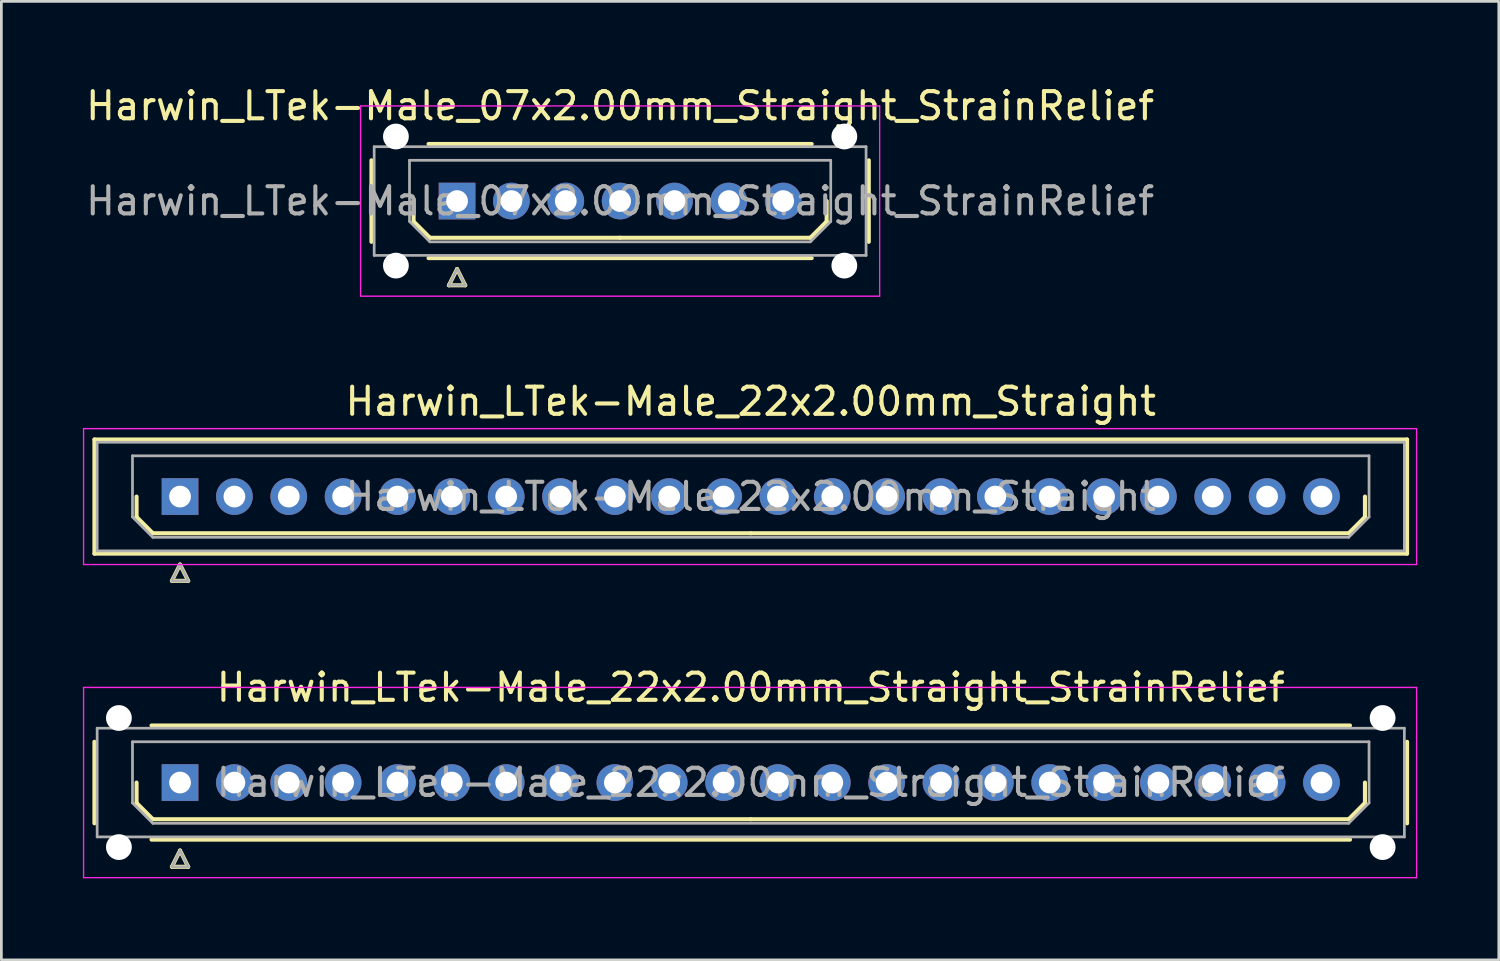
<source format=kicad_pcb>
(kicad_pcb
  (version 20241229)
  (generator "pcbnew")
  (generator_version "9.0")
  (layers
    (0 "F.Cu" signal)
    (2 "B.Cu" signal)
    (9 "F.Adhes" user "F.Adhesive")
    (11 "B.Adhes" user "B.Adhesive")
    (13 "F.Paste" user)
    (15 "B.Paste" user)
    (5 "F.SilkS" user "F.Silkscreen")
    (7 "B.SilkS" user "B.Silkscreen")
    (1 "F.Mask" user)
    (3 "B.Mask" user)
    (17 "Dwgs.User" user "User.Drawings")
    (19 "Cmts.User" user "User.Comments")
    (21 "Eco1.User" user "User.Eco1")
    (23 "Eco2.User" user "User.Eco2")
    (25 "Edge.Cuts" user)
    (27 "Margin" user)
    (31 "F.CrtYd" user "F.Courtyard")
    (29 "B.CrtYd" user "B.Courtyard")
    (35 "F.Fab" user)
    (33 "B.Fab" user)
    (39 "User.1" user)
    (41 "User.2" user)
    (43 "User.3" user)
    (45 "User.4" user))
  (footprint "Harwin_LTek-Male_07x2.00mm_Straight_StrainRelief"
    (layer "F.Cu")
    (at 13.768 4.348)
    (property "Reference" "Harwin_LTek-Male_07x2.00mm_Straight_StrainRelief" (at 6 -3.5 0) (layer "F.SilkS") (effects (font (size 1 1) (thickness 0.15))))
    (attr through_hole)
    (fp_line (start -3.15 -1.5) (end -3.15 1.5) (stroke (width 0.15) (type solid)) (layer "F.SilkS"))
    (fp_line (start -1.6 0) (end -1.6 0.75) (stroke (width 0.15) (type solid)) (layer "F.SilkS"))
    (fp_line (start -1.6 0.75) (end -1 1.35) (stroke (width 0.15) (type solid)) (layer "F.SilkS"))
    (fp_line (start -1.05 -2.1) (end 13.05 -2.1) (stroke (width 0.15) (type solid)) (layer "F.SilkS"))
    (fp_line (start -1.05 2.1) (end 13.05 2.1) (stroke (width 0.15) (type solid)) (layer "F.SilkS"))
    (fp_line (start -1 1.35) (end 6 1.35) (stroke (width 0.15) (type solid)) (layer "F.SilkS"))
    (fp_line (start -0.3 3.1) (end 0.3 3.1) (stroke (width 0.15) (type solid)) (layer "F.SilkS"))
    (fp_line (start 0 2.5) (end -0.3 3.1) (stroke (width 0.15) (type solid)) (layer "F.SilkS"))
    (fp_line (start 0.3 3.1) (end 0 2.5) (stroke (width 0.15) (type solid)) (layer "F.SilkS"))
    (fp_line (start 13 1.35) (end 6 1.35) (stroke (width 0.15) (type solid)) (layer "F.SilkS"))
    (fp_line (start 13.6 0) (end 13.6 0.75) (stroke (width 0.15) (type solid)) (layer "F.SilkS"))
    (fp_line (start 13.6 0.75) (end 13 1.35) (stroke (width 0.15) (type solid)) (layer "F.SilkS"))
    (fp_line (start 15.15 -1.5) (end 15.15 1.5) (stroke (width 0.15) (type solid)) (layer "F.SilkS"))
    (fp_line (start -3.55 -3.5) (end -3.55 3.5) (stroke (width 0.05) (type solid)) (layer "F.CrtYd"))
    (fp_line (start -3.55 3.5) (end 15.55 3.5) (stroke (width 0.05) (type solid)) (layer "F.CrtYd"))
    (fp_line (start 15.55 -3.5) (end -3.55 -3.5) (stroke (width 0.05) (type solid)) (layer "F.CrtYd"))
    (fp_line (start 15.55 3.5) (end 15.55 -3.5) (stroke (width 0.05) (type solid)) (layer "F.CrtYd"))
    (fp_line (start -3.05 -2) (end -3.05 2) (stroke (width 0.1) (type solid)) (layer "F.Fab"))
    (fp_line (start -3.05 2) (end 15.05 2) (stroke (width 0.1) (type solid)) (layer "F.Fab"))
    (fp_line (start -1.75 -1.5) (end 13.75 -1.5) (stroke (width 0.1) (type solid)) (layer "F.Fab"))
    (fp_line (start -1.75 0.75) (end -1.75 -1.5) (stroke (width 0.1) (type solid)) (layer "F.Fab"))
    (fp_line (start -1 1.5) (end -1.75 0.75) (stroke (width 0.1) (type solid)) (layer "F.Fab"))
    (fp_line (start -0.3 3.1) (end 0.3 3.1) (stroke (width 0.1) (type solid)) (layer "F.Fab"))
    (fp_line (start 0 2.5) (end -0.3 3.1) (stroke (width 0.1) (type solid)) (layer "F.Fab"))
    (fp_line (start 0.3 3.1) (end 0 2.5) (stroke (width 0.1) (type solid)) (layer "F.Fab"))
    (fp_line (start 13 1.5) (end -1 1.5) (stroke (width 0.1) (type solid)) (layer "F.Fab"))
    (fp_line (start 13.75 -1.5) (end 13.75 0.75) (stroke (width 0.1) (type solid)) (layer "F.Fab"))
    (fp_line (start 13.75 0.75) (end 13 1.5) (stroke (width 0.1) (type solid)) (layer "F.Fab"))
    (fp_line (start 15.05 -2) (end -3.05 -2) (stroke (width 0.1) (type solid)) (layer "F.Fab"))
    (fp_line (start 15.05 2) (end 15.05 -2) (stroke (width 0.1) (type solid)) (layer "F.Fab"))
    (fp_text user "${REFERENCE}" (at 6 0 0) (layer "F.Fab") (effects (font (size 1 1) (thickness 0.15))))
    (pad "" np_thru_hole circle (at -2.25 -2.375) (size 0.95 0.95) (drill 0.95) (layers "*.Cu" "*.Mask"))
    (pad "" np_thru_hole circle (at -2.25 2.375) (size 0.95 0.95) (drill 0.95) (layers "*.Cu" "*.Mask"))
    (pad "" np_thru_hole circle (at 14.25 -2.375) (size 0.95 0.95) (drill 0.95) (layers "*.Cu" "*.Mask"))
    (pad "" np_thru_hole circle (at 14.25 2.375) (size 0.95 0.95) (drill 0.95) (layers "*.Cu" "*.Mask"))
    (pad "1" thru_hole rect (at 0 0) (size 1.35 1.35) (drill 0.8) (layers "*.Cu" "*.Mask"))
    (pad "2" thru_hole circle (at 2 0) (size 1.35 1.35) (drill 0.8) (layers "*.Cu" "*.Mask"))
    (pad "3" thru_hole circle (at 4 0) (size 1.35 1.35) (drill 0.8) (layers "*.Cu" "*.Mask"))
    (pad "4" thru_hole circle (at 6 0) (size 1.35 1.35) (drill 0.8) (layers "*.Cu" "*.Mask"))
    (pad "5" thru_hole circle (at 8 0) (size 1.35 1.35) (drill 0.8) (layers "*.Cu" "*.Mask"))
    (pad "6" thru_hole circle (at 10 0) (size 1.35 1.35) (drill 0.8) (layers "*.Cu" "*.Mask"))
    (pad "7" thru_hole circle (at 12 0) (size 1.35 1.35) (drill 0.8) (layers "*.Cu" "*.Mask")))
  (footprint "Harwin_LTek-Male_22x2.00mm_Straight"
    (layer "F.Cu")
    (at 3.575 15.222)
    (property "Reference" "Harwin_LTek-Male_22x2.00mm_Straight" (at 21 -3.5 0) (layer "F.SilkS") (effects (font (size 1 1) (thickness 0.15))))
    (attr through_hole)
    (fp_line (start -3.15 -2.1) (end -3.15 2.1) (stroke (width 0.15) (type solid)) (layer "F.SilkS"))
    (fp_line (start -3.15 2.1) (end 45.15 2.1) (stroke (width 0.15) (type solid)) (layer "F.SilkS"))
    (fp_line (start -1.6 0) (end -1.6 0.75) (stroke (width 0.15) (type solid)) (layer "F.SilkS"))
    (fp_line (start -1.6 0.75) (end -1 1.35) (stroke (width 0.15) (type solid)) (layer "F.SilkS"))
    (fp_line (start -1 1.35) (end 21 1.35) (stroke (width 0.15) (type solid)) (layer "F.SilkS"))
    (fp_line (start -0.3 3.1) (end 0.3 3.1) (stroke (width 0.15) (type solid)) (layer "F.SilkS"))
    (fp_line (start 0 2.5) (end -0.3 3.1) (stroke (width 0.15) (type solid)) (layer "F.SilkS"))
    (fp_line (start 0.3 3.1) (end 0 2.5) (stroke (width 0.15) (type solid)) (layer "F.SilkS"))
    (fp_line (start 43 1.35) (end 21 1.35) (stroke (width 0.15) (type solid)) (layer "F.SilkS"))
    (fp_line (start 43.6 0) (end 43.6 0.75) (stroke (width 0.15) (type solid)) (layer "F.SilkS"))
    (fp_line (start 43.6 0.75) (end 43 1.35) (stroke (width 0.15) (type solid)) (layer "F.SilkS"))
    (fp_line (start 45.15 -2.1) (end -3.15 -2.1) (stroke (width 0.15) (type solid)) (layer "F.SilkS"))
    (fp_line (start 45.15 2.1) (end 45.15 -2.1) (stroke (width 0.15) (type solid)) (layer "F.SilkS"))
    (fp_line (start -3.55 -2.5) (end -3.55 2.5) (stroke (width 0.05) (type solid)) (layer "F.CrtYd"))
    (fp_line (start -3.55 2.5) (end 45.5 2.5) (stroke (width 0.05) (type solid)) (layer "F.CrtYd"))
    (fp_line (start 45.5 -2.5) (end -3.55 -2.5) (stroke (width 0.05) (type solid)) (layer "F.CrtYd"))
    (fp_line (start 45.5 2.5) (end 45.5 -2.5) (stroke (width 0.05) (type solid)) (layer "F.CrtYd"))
    (fp_line (start -3.05 -2) (end -3.05 2) (stroke (width 0.1) (type solid)) (layer "F.Fab"))
    (fp_line (start -3.05 2) (end 45.05 2) (stroke (width 0.1) (type solid)) (layer "F.Fab"))
    (fp_line (start -1.75 -1.5) (end 43.75 -1.5) (stroke (width 0.1) (type solid)) (layer "F.Fab"))
    (fp_line (start -1.75 0.75) (end -1.75 -1.5) (stroke (width 0.1) (type solid)) (layer "F.Fab"))
    (fp_line (start -1 1.5) (end -1.75 0.75) (stroke (width 0.1) (type solid)) (layer "F.Fab"))
    (fp_line (start -0.3 3.1) (end 0.3 3.1) (stroke (width 0.1) (type solid)) (layer "F.Fab"))
    (fp_line (start 0 2.5) (end -0.3 3.1) (stroke (width 0.1) (type solid)) (layer "F.Fab"))
    (fp_line (start 0.3 3.1) (end 0 2.5) (stroke (width 0.1) (type solid)) (layer "F.Fab"))
    (fp_line (start 43 1.5) (end -1 1.5) (stroke (width 0.1) (type solid)) (layer "F.Fab"))
    (fp_line (start 43.75 -1.5) (end 43.75 0.75) (stroke (width 0.1) (type solid)) (layer "F.Fab"))
    (fp_line (start 43.75 0.75) (end 43 1.5) (stroke (width 0.1) (type solid)) (layer "F.Fab"))
    (fp_line (start 45.05 -2) (end -3.05 -2) (stroke (width 0.1) (type solid)) (layer "F.Fab"))
    (fp_line (start 45.05 2) (end 45.05 -2) (stroke (width 0.1) (type solid)) (layer "F.Fab"))
    (fp_text user "${REFERENCE}" (at 21 0 0) (layer "F.Fab") (effects (font (size 1 1) (thickness 0.15))))
    (pad "1" thru_hole rect (at 0 0) (size 1.35 1.35) (drill 0.8) (layers "*.Cu" "*.Mask"))
    (pad "2" thru_hole circle (at 2 0) (size 1.35 1.35) (drill 0.8) (layers "*.Cu" "*.Mask"))
    (pad "3" thru_hole circle (at 4 0) (size 1.35 1.35) (drill 0.8) (layers "*.Cu" "*.Mask"))
    (pad "4" thru_hole circle (at 6 0) (size 1.35 1.35) (drill 0.8) (layers "*.Cu" "*.Mask"))
    (pad "5" thru_hole circle (at 8 0) (size 1.35 1.35) (drill 0.8) (layers "*.Cu" "*.Mask"))
    (pad "6" thru_hole circle (at 10 0) (size 1.35 1.35) (drill 0.8) (layers "*.Cu" "*.Mask"))
    (pad "7" thru_hole circle (at 12 0) (size 1.35 1.35) (drill 0.8) (layers "*.Cu" "*.Mask"))
    (pad "8" thru_hole circle (at 14 0) (size 1.35 1.35) (drill 0.8) (layers "*.Cu" "*.Mask"))
    (pad "9" thru_hole circle (at 16 0) (size 1.35 1.35) (drill 0.8) (layers "*.Cu" "*.Mask"))
    (pad "10" thru_hole circle (at 18 0) (size 1.35 1.35) (drill 0.8) (layers "*.Cu" "*.Mask"))
    (pad "11" thru_hole circle (at 20 0) (size 1.35 1.35) (drill 0.8) (layers "*.Cu" "*.Mask"))
    (pad "12" thru_hole circle (at 22 0) (size 1.35 1.35) (drill 0.8) (layers "*.Cu" "*.Mask"))
    (pad "13" thru_hole circle (at 24 0) (size 1.35 1.35) (drill 0.8) (layers "*.Cu" "*.Mask"))
    (pad "14" thru_hole circle (at 26 0) (size 1.35 1.35) (drill 0.8) (layers "*.Cu" "*.Mask"))
    (pad "15" thru_hole circle (at 28 0) (size 1.35 1.35) (drill 0.8) (layers "*.Cu" "*.Mask"))
    (pad "16" thru_hole circle (at 30 0) (size 1.35 1.35) (drill 0.8) (layers "*.Cu" "*.Mask"))
    (pad "17" thru_hole circle (at 32 0) (size 1.35 1.35) (drill 0.8) (layers "*.Cu" "*.Mask"))
    (pad "18" thru_hole circle (at 34 0) (size 1.35 1.35) (drill 0.8) (layers "*.Cu" "*.Mask"))
    (pad "19" thru_hole circle (at 36 0) (size 1.35 1.35) (drill 0.8) (layers "*.Cu" "*.Mask"))
    (pad "20" thru_hole circle (at 38 0) (size 1.35 1.35) (drill 0.8) (layers "*.Cu" "*.Mask"))
    (pad "21" thru_hole circle (at 40 0) (size 1.35 1.35) (drill 0.8) (layers "*.Cu" "*.Mask"))
    (pad "22" thru_hole circle (at 42 0) (size 1.35 1.35) (drill 0.8) (layers "*.Cu" "*.Mask")))
  (footprint "Harwin_LTek-Male_22x2.00mm_Straight_StrainRelief"
    (layer "F.Cu")
    (at 3.575 25.745)
    (property "Reference" "Harwin_LTek-Male_22x2.00mm_Straight_StrainRelief" (at 21 -3.5 0) (layer "F.SilkS") (effects (font (size 1 1) (thickness 0.15))))
    (attr through_hole)
    (fp_line (start -3.15 -1.5) (end -3.15 1.5) (stroke (width 0.15) (type solid)) (layer "F.SilkS"))
    (fp_line (start -1.6 0) (end -1.6 0.75) (stroke (width 0.15) (type solid)) (layer "F.SilkS"))
    (fp_line (start -1.6 0.75) (end -1 1.35) (stroke (width 0.15) (type solid)) (layer "F.SilkS"))
    (fp_line (start -1.05 -2.1) (end 43.05 -2.1) (stroke (width 0.15) (type solid)) (layer "F.SilkS"))
    (fp_line (start -1.05 2.1) (end 43.05 2.1) (stroke (width 0.15) (type solid)) (layer "F.SilkS"))
    (fp_line (start -1 1.35) (end 21 1.35) (stroke (width 0.15) (type solid)) (layer "F.SilkS"))
    (fp_line (start -0.3 3.1) (end 0.3 3.1) (stroke (width 0.15) (type solid)) (layer "F.SilkS"))
    (fp_line (start 0 2.5) (end -0.3 3.1) (stroke (width 0.15) (type solid)) (layer "F.SilkS"))
    (fp_line (start 0.3 3.1) (end 0 2.5) (stroke (width 0.15) (type solid)) (layer "F.SilkS"))
    (fp_line (start 43 1.35) (end 21 1.35) (stroke (width 0.15) (type solid)) (layer "F.SilkS"))
    (fp_line (start 43.6 0) (end 43.6 0.75) (stroke (width 0.15) (type solid)) (layer "F.SilkS"))
    (fp_line (start 43.6 0.75) (end 43 1.35) (stroke (width 0.15) (type solid)) (layer "F.SilkS"))
    (fp_line (start 45.15 -1.5) (end 45.15 1.5) (stroke (width 0.15) (type solid)) (layer "F.SilkS"))
    (fp_line (start -3.55 -3.5) (end -3.55 3.5) (stroke (width 0.05) (type solid)) (layer "F.CrtYd"))
    (fp_line (start -3.55 3.5) (end 45.5 3.5) (stroke (width 0.05) (type solid)) (layer "F.CrtYd"))
    (fp_line (start 45.5 -3.5) (end -3.55 -3.5) (stroke (width 0.05) (type solid)) (layer "F.CrtYd"))
    (fp_line (start 45.5 3.5) (end 45.5 -3.5) (stroke (width 0.05) (type solid)) (layer "F.CrtYd"))
    (fp_line (start -3.05 -2) (end -3.05 2) (stroke (width 0.1) (type solid)) (layer "F.Fab"))
    (fp_line (start -3.05 2) (end 45.05 2) (stroke (width 0.1) (type solid)) (layer "F.Fab"))
    (fp_line (start -1.75 -1.5) (end 43.75 -1.5) (stroke (width 0.1) (type solid)) (layer "F.Fab"))
    (fp_line (start -1.75 0.75) (end -1.75 -1.5) (stroke (width 0.1) (type solid)) (layer "F.Fab"))
    (fp_line (start -1 1.5) (end -1.75 0.75) (stroke (width 0.1) (type solid)) (layer "F.Fab"))
    (fp_line (start -0.3 3.1) (end 0.3 3.1) (stroke (width 0.1) (type solid)) (layer "F.Fab"))
    (fp_line (start 0 2.5) (end -0.3 3.1) (stroke (width 0.1) (type solid)) (layer "F.Fab"))
    (fp_line (start 0.3 3.1) (end 0 2.5) (stroke (width 0.1) (type solid)) (layer "F.Fab"))
    (fp_line (start 43 1.5) (end -1 1.5) (stroke (width 0.1) (type solid)) (layer "F.Fab"))
    (fp_line (start 43.75 -1.5) (end 43.75 0.75) (stroke (width 0.1) (type solid)) (layer "F.Fab"))
    (fp_line (start 43.75 0.75) (end 43 1.5) (stroke (width 0.1) (type solid)) (layer "F.Fab"))
    (fp_line (start 45.05 -2) (end -3.05 -2) (stroke (width 0.1) (type solid)) (layer "F.Fab"))
    (fp_line (start 45.05 2) (end 45.05 -2) (stroke (width 0.1) (type solid)) (layer "F.Fab"))
    (fp_text user "${REFERENCE}" (at 21 0 0) (layer "F.Fab") (effects (font (size 1 1) (thickness 0.15))))
    (pad "" np_thru_hole circle (at -2.25 -2.375) (size 0.95 0.95) (drill 0.95) (layers "*.Cu" "*.Mask"))
    (pad "" np_thru_hole circle (at -2.25 2.375) (size 0.95 0.95) (drill 0.95) (layers "*.Cu" "*.Mask"))
    (pad "" np_thru_hole circle (at 44.25 -2.375) (size 0.95 0.95) (drill 0.95) (layers "*.Cu" "*.Mask"))
    (pad "" np_thru_hole circle (at 44.25 2.375) (size 0.95 0.95) (drill 0.95) (layers "*.Cu" "*.Mask"))
    (pad "1" thru_hole rect (at 0 0) (size 1.35 1.35) (drill 0.8) (layers "*.Cu" "*.Mask"))
    (pad "2" thru_hole circle (at 2 0) (size 1.35 1.35) (drill 0.8) (layers "*.Cu" "*.Mask"))
    (pad "3" thru_hole circle (at 4 0) (size 1.35 1.35) (drill 0.8) (layers "*.Cu" "*.Mask"))
    (pad "4" thru_hole circle (at 6 0) (size 1.35 1.35) (drill 0.8) (layers "*.Cu" "*.Mask"))
    (pad "5" thru_hole circle (at 8 0) (size 1.35 1.35) (drill 0.8) (layers "*.Cu" "*.Mask"))
    (pad "6" thru_hole circle (at 10 0) (size 1.35 1.35) (drill 0.8) (layers "*.Cu" "*.Mask"))
    (pad "7" thru_hole circle (at 12 0) (size 1.35 1.35) (drill 0.8) (layers "*.Cu" "*.Mask"))
    (pad "8" thru_hole circle (at 14 0) (size 1.35 1.35) (drill 0.8) (layers "*.Cu" "*.Mask"))
    (pad "9" thru_hole circle (at 16 0) (size 1.35 1.35) (drill 0.8) (layers "*.Cu" "*.Mask"))
    (pad "10" thru_hole circle (at 18 0) (size 1.35 1.35) (drill 0.8) (layers "*.Cu" "*.Mask"))
    (pad "11" thru_hole circle (at 20 0) (size 1.35 1.35) (drill 0.8) (layers "*.Cu" "*.Mask"))
    (pad "12" thru_hole circle (at 22 0) (size 1.35 1.35) (drill 0.8) (layers "*.Cu" "*.Mask"))
    (pad "13" thru_hole circle (at 24 0) (size 1.35 1.35) (drill 0.8) (layers "*.Cu" "*.Mask"))
    (pad "14" thru_hole circle (at 26 0) (size 1.35 1.35) (drill 0.8) (layers "*.Cu" "*.Mask"))
    (pad "15" thru_hole circle (at 28 0) (size 1.35 1.35) (drill 0.8) (layers "*.Cu" "*.Mask"))
    (pad "16" thru_hole circle (at 30 0) (size 1.35 1.35) (drill 0.8) (layers "*.Cu" "*.Mask"))
    (pad "17" thru_hole circle (at 32 0) (size 1.35 1.35) (drill 0.8) (layers "*.Cu" "*.Mask"))
    (pad "18" thru_hole circle (at 34 0) (size 1.35 1.35) (drill 0.8) (layers "*.Cu" "*.Mask"))
    (pad "19" thru_hole circle (at 36 0) (size 1.35 1.35) (drill 0.8) (layers "*.Cu" "*.Mask"))
    (pad "20" thru_hole circle (at 38 0) (size 1.35 1.35) (drill 0.8) (layers "*.Cu" "*.Mask"))
    (pad "21" thru_hole circle (at 40 0) (size 1.35 1.35) (drill 0.8) (layers "*.Cu" "*.Mask"))
    (pad "22" thru_hole circle (at 42 0) (size 1.35 1.35) (drill 0.8) (layers "*.Cu" "*.Mask")))
  (gr_rect
    (start -3 -3)
    (end 52.1 32.27)
    (stroke (width 0.1) (type default))
    (fill no)
    (layer "Edge.Cuts")))
</source>
